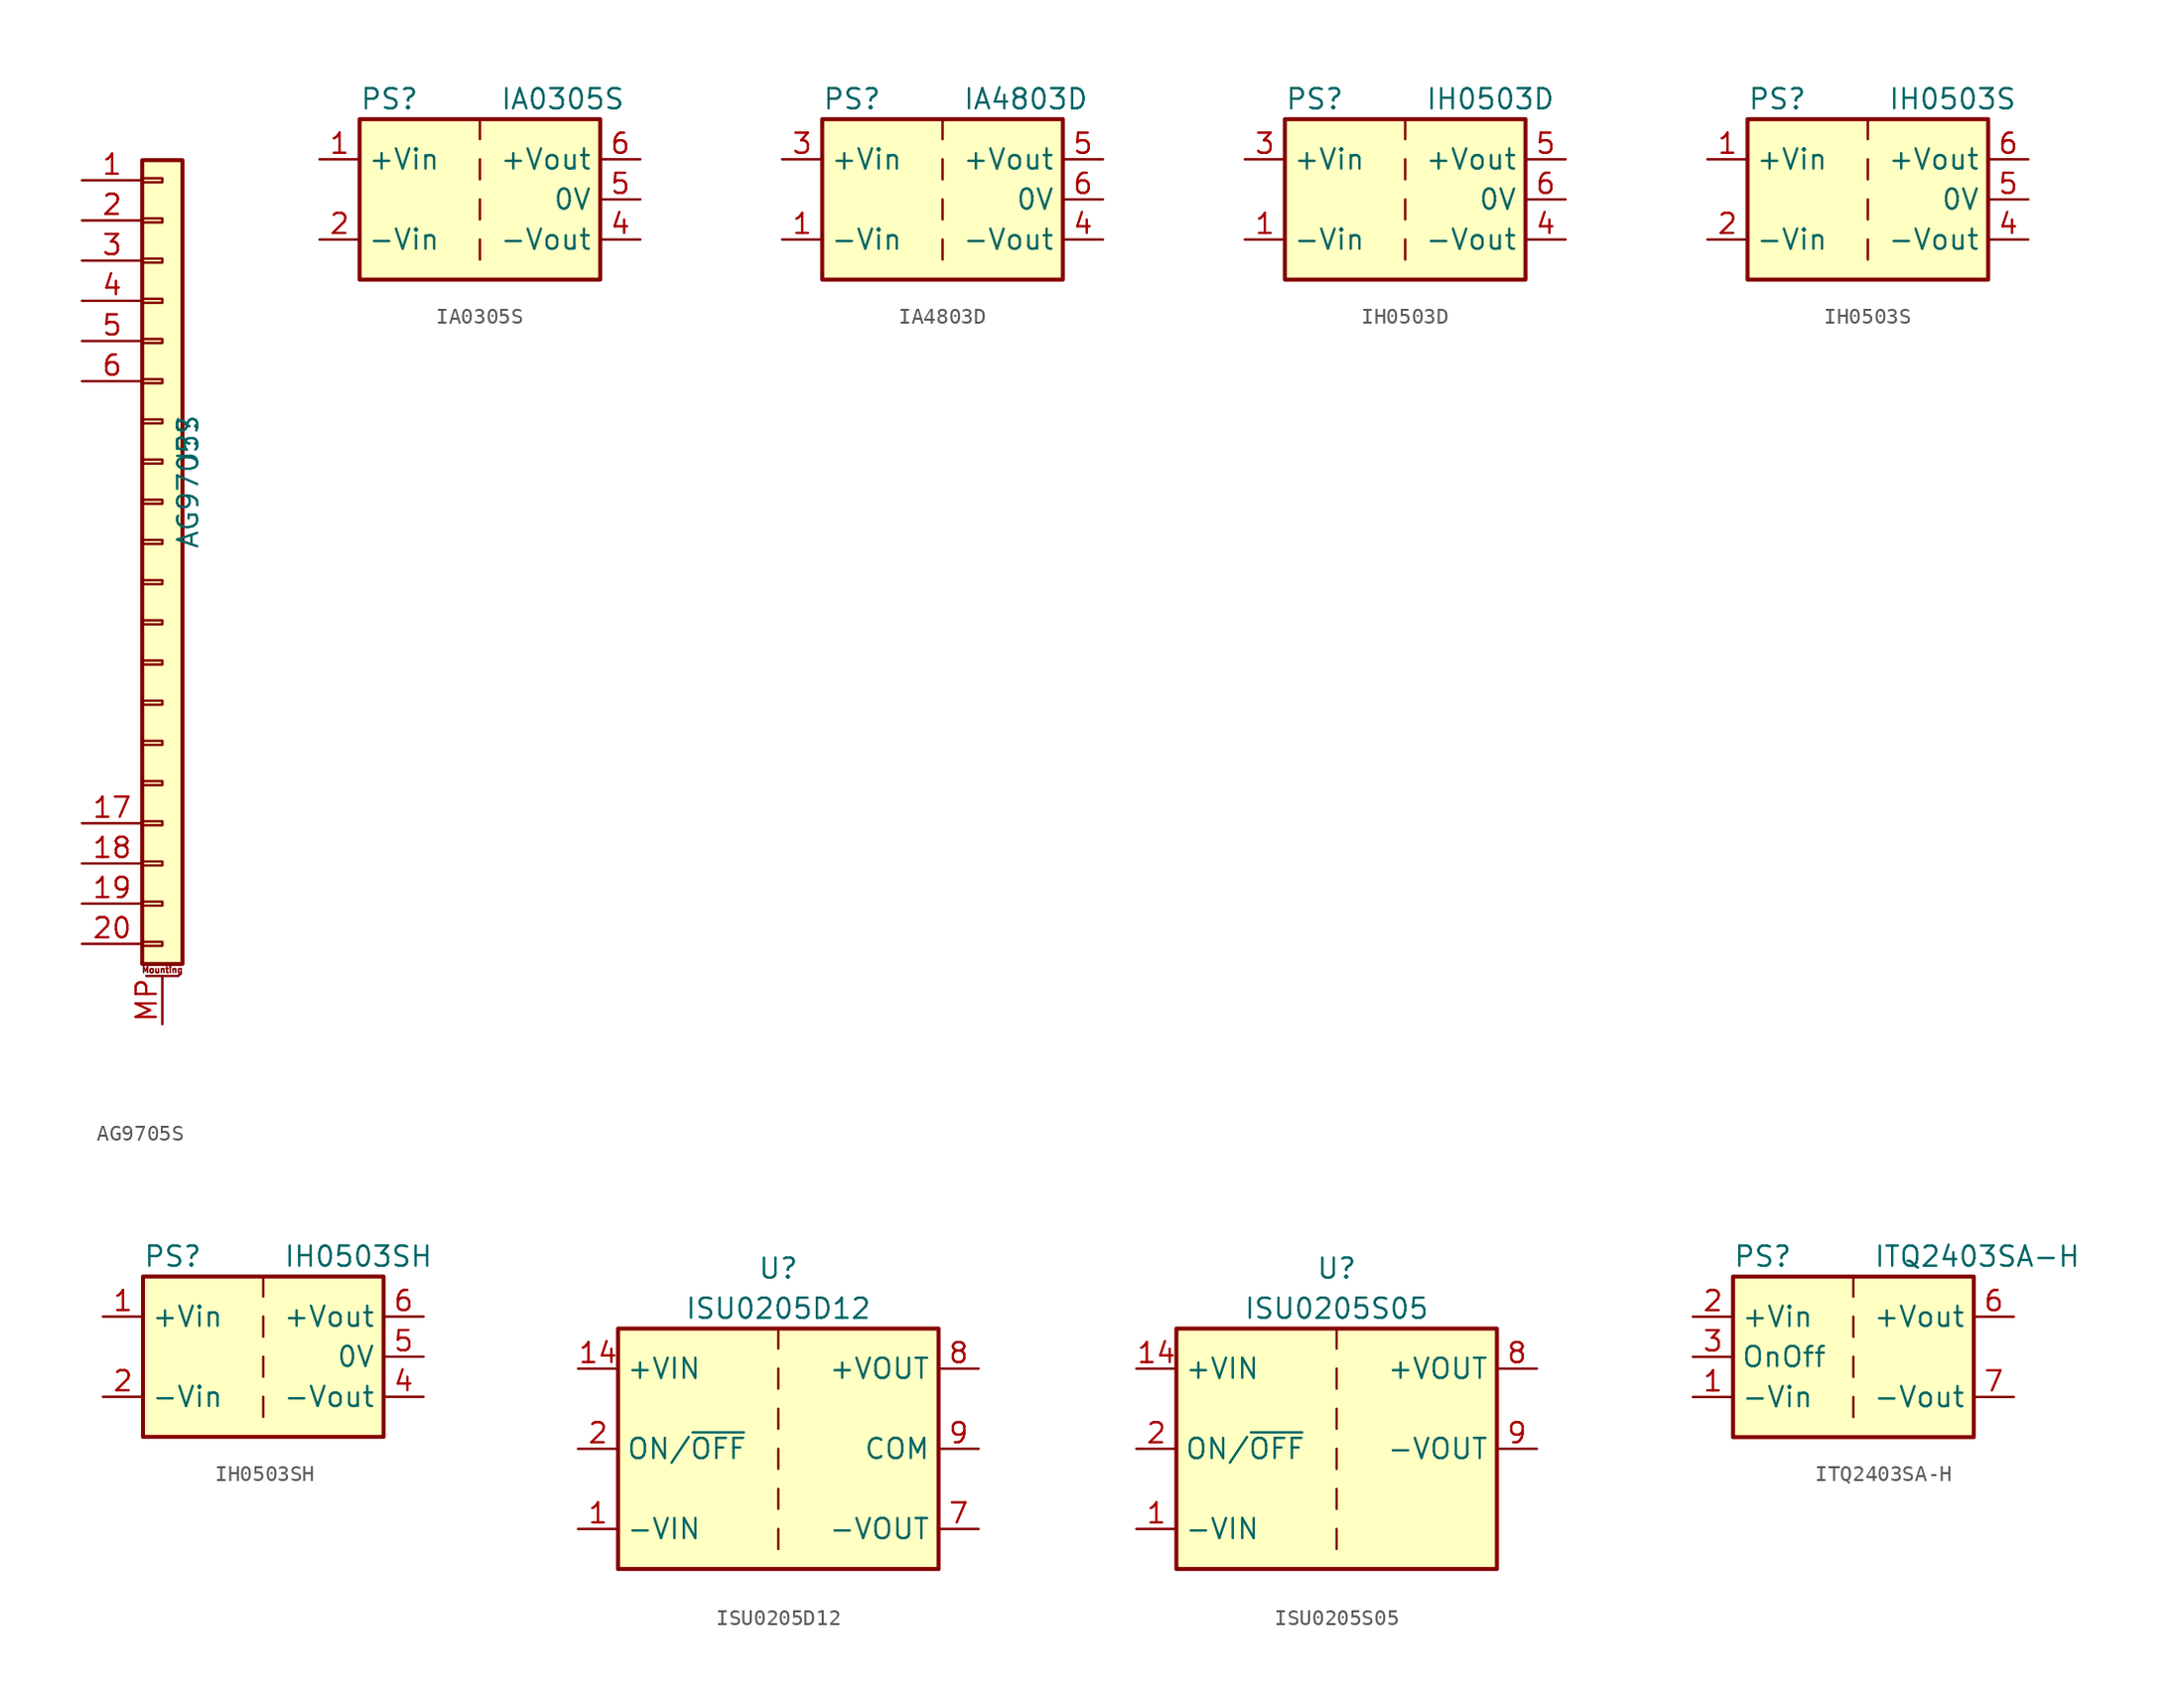
<source format=kicad_sym>
(kicad_symbol_lib
  (version 20211014)
  (generator kicad_symbol_editor)
  (symbol "AG9705S"
    (pin_names
      (offset 1.016) hide)
    (property "Reference" "J?"
      (at 1.626 6.35 90)
      (effects (font (size 1.27 1.27))))
    (property "Value" "AG9705S"
      (at 1.626 3.81 90)
      (effects (font (size 1.27 1.27))))
    (symbol "AG9705S_1_1"
      (rectangle (start -1.27 -25.273) (end 0 -25.527) (stroke (width 0.152) (type default) (color 0 0 0 0)) (fill (type none)))
      (rectangle (start -1.27 -22.733) (end 0 -22.987) (stroke (width 0.152) (type default) (color 0 0 0 0)) (fill (type none)))
      (rectangle (start -1.27 -20.193) (end 0 -20.447) (stroke (width 0.152) (type default) (color 0 0 0 0)) (fill (type none)))
      (rectangle (start -1.27 -17.653) (end 0 -17.907) (stroke (width 0.152) (type default) (color 0 0 0 0)) (fill (type none)))
      (rectangle (start -1.27 -15.113) (end 0 -15.367) (stroke (width 0.152) (type default) (color 0 0 0 0)) (fill (type none)))
      (rectangle (start -1.27 -12.573) (end 0 -12.827) (stroke (width 0.152) (type default) (color 0 0 0 0)) (fill (type none)))
      (rectangle (start -1.27 -10.033) (end 0 -10.287) (stroke (width 0.152) (type default) (color 0 0 0 0)) (fill (type none)))
      (rectangle (start -1.27 -7.493) (end 0 -7.747) (stroke (width 0.152) (type default) (color 0 0 0 0)) (fill (type none)))
      (rectangle (start -1.27 -4.953) (end 0 -5.207) (stroke (width 0.152) (type default) (color 0 0 0 0)) (fill (type none)))
      (rectangle (start -1.27 -2.413) (end 0 -2.667) (stroke (width 0.152) (type default) (color 0 0 0 0)) (fill (type none)))
      (rectangle (start -1.27 0.127) (end 0 -0.127) (stroke (width 0.152) (type default) (color 0 0 0 0)) (fill (type none)))
      (rectangle (start -1.27 2.667) (end 0 2.413) (stroke (width 0.152) (type default) (color 0 0 0 0)) (fill (type none)))
      (rectangle (start -1.27 5.207) (end 0 4.953) (stroke (width 0.152) (type default) (color 0 0 0 0)) (fill (type none)))
      (rectangle (start -1.27 7.747) (end 0 7.493) (stroke (width 0.152) (type default) (color 0 0 0 0)) (fill (type none)))
      (rectangle (start -1.27 10.287) (end 0 10.033) (stroke (width 0.152) (type default) (color 0 0 0 0)) (fill (type none)))
      (rectangle (start -1.27 12.827) (end 0 12.573) (stroke (width 0.152) (type default) (color 0 0 0 0)) (fill (type none)))
      (rectangle (start -1.27 15.367) (end 0 15.113) (stroke (width 0.152) (type default) (color 0 0 0 0)) (fill (type none)))
      (rectangle (start -1.27 17.907) (end 0 17.653) (stroke (width 0.152) (type default) (color 0 0 0 0)) (fill (type none)))
      (rectangle (start -1.27 20.447) (end 0 20.193) (stroke (width 0.152) (type default) (color 0 0 0 0)) (fill (type none)))
      (rectangle (start -1.27 22.987) (end 0 22.733) (stroke (width 0.152) (type default) (color 0 0 0 0)) (fill (type none)))
      (rectangle (start -1.27 24.13) (end 1.27 -26.67) (stroke (width 0.254) (type default) (color 0 0 0 0)) (fill (type background)))
      (polyline (pts (xy -1.016 -27.432) (xy 1.016 -27.432)) (stroke (width 0.152) (type default) (color 0 0 0 0)) (fill (type none)))
      (text "Mounting" (at 0 -27.051 0) (effects (font (size 0.381 0.381))))
      (pin input line (at -5.08 22.86 0) (length 3.81) (name "V+_In" (effects (font (size 1.27 1.27)))) (number "1" (effects (font (size 1.27 1.27)))))
      (pin passive line (at -5.08 -17.78 0) (length 3.81) (name "Pin_17" (effects (font (size 1.27 1.27)))) (number "17" (effects (font (size 1.27 1.27)))))
      (pin passive line (at -5.08 -20.32 0) (length 3.81) (name "Pin_18" (effects (font (size 1.27 1.27)))) (number "18" (effects (font (size 1.27 1.27)))))
      (pin passive line (at -5.08 -22.86 0) (length 3.81) (name "Pin_19" (effects (font (size 1.27 1.27)))) (number "19" (effects (font (size 1.27 1.27)))))
      (pin passive line (at -5.08 20.32 0) (length 3.81) (name "Pin_2" (effects (font (size 1.27 1.27)))) (number "2" (effects (font (size 1.27 1.27)))))
      (pin passive line (at -5.08 -25.4 0) (length 3.81) (name "Pin_20" (effects (font (size 1.27 1.27)))) (number "20" (effects (font (size 1.27 1.27)))))
      (pin passive line (at -5.08 17.78 0) (length 3.81) (name "Pin_3" (effects (font (size 1.27 1.27)))) (number "3" (effects (font (size 1.27 1.27)))))
      (pin passive line (at -5.08 15.24 0) (length 3.81) (name "Pin_4" (effects (font (size 1.27 1.27)))) (number "4" (effects (font (size 1.27 1.27)))))
      (pin passive line (at -5.08 12.7 0) (length 3.81) (name "Pin_5" (effects (font (size 1.27 1.27)))) (number "5" (effects (font (size 1.27 1.27)))))
      (pin passive line (at -5.08 10.16 0) (length 3.81) (name "Pin_6" (effects (font (size 1.27 1.27)))) (number "6" (effects (font (size 1.27 1.27)))))
      (pin passive line (at 0 -30.48 90) (length 3.048) (name "MountPin" (effects (font (size 1.27 1.27)))) (number "MP" (effects (font (size 1.27 1.27)))))))
  (symbol "IA0305S"
    (property "Reference" "PS"
      (at -7.62 6.35 0)
      (effects (font (size 1.27 1.27)) (justify left)))
    (property "Value" "IA0305S"
      (at 1.27 6.35 0)
      (effects (font (size 1.27 1.27)) (justify left)))
    (symbol "IA0305S_0_0"
      (pin power_in line (at -10.16 2.54 0) (length 2.54) (name "+Vin" (effects (font (size 1.27 1.27)))) (number "1" (effects (font (size 1.27 1.27)))))
      (pin power_in line (at -10.16 -2.54 0) (length 2.54) (name "-Vin" (effects (font (size 1.27 1.27)))) (number "2" (effects (font (size 1.27 1.27)))))
      (pin power_out line (at 10.16 -2.54 180) (length 2.54) (name "-Vout" (effects (font (size 1.27 1.27)))) (number "4" (effects (font (size 1.27 1.27)))))
      (pin power_out line (at 10.16 0 180) (length 2.54) (name "0V" (effects (font (size 1.27 1.27)))) (number "5" (effects (font (size 1.27 1.27)))))
      (pin power_out line (at 10.16 2.54 180) (length 2.54) (name "+Vout" (effects (font (size 1.27 1.27)))) (number "6" (effects (font (size 1.27 1.27))))))
    (symbol "IA0305S_0_1"
      (rectangle (start -7.62 5.08) (end 7.62 -5.08) (stroke (width 0.254) (type default) (color 0 0 0 0)) (fill (type background)))
      (polyline (pts (xy 0 -2.54) (xy 0 -3.81)) (stroke (width 0) (type default) (color 0 0 0 0)) (fill (type none)))
      (polyline (pts (xy 0 0) (xy 0 -1.27)) (stroke (width 0) (type default) (color 0 0 0 0)) (fill (type none)))
      (polyline (pts (xy 0 2.54) (xy 0 1.27)) (stroke (width 0) (type default) (color 0 0 0 0)) (fill (type none)))
      (polyline (pts (xy 0 5.08) (xy 0 3.81)) (stroke (width 0) (type default) (color 0 0 0 0)) (fill (type none)))))
  (symbol "IA4803D"
    (property "Reference" "PS"
      (at -7.62 6.35 0)
      (effects (font (size 1.27 1.27)) (justify left)))
    (property "Value" "IA4803D"
      (at 1.27 6.35 0)
      (effects (font (size 1.27 1.27)) (justify left)))
    (symbol "IA4803D_0_0"
      (pin power_in line (at -10.16 -2.54 0) (length 2.54) (name "-Vin" (effects (font (size 1.27 1.27)))) (number "1" (effects (font (size 1.27 1.27)))))
      (pin power_in line (at -10.16 2.54 0) (length 2.54) (name "+Vin" (effects (font (size 1.27 1.27)))) (number "3" (effects (font (size 1.27 1.27)))))
      (pin power_out line (at 10.16 -2.54 180) (length 2.54) (name "-Vout" (effects (font (size 1.27 1.27)))) (number "4" (effects (font (size 1.27 1.27)))))
      (pin power_out line (at 10.16 2.54 180) (length 2.54) (name "+Vout" (effects (font (size 1.27 1.27)))) (number "5" (effects (font (size 1.27 1.27)))))
      (pin power_out line (at 10.16 0 180) (length 2.54) (name "0V" (effects (font (size 1.27 1.27)))) (number "6" (effects (font (size 1.27 1.27))))))
    (symbol "IA4803D_0_1"
      (rectangle (start -7.62 5.08) (end 7.62 -5.08) (stroke (width 0.254) (type default) (color 0 0 0 0)) (fill (type background)))
      (polyline (pts (xy 0 -2.54) (xy 0 -3.81)) (stroke (width 0) (type default) (color 0 0 0 0)) (fill (type none)))
      (polyline (pts (xy 0 0) (xy 0 -1.27)) (stroke (width 0) (type default) (color 0 0 0 0)) (fill (type none)))
      (polyline (pts (xy 0 2.54) (xy 0 1.27)) (stroke (width 0) (type default) (color 0 0 0 0)) (fill (type none)))
      (polyline (pts (xy 0 5.08) (xy 0 3.81)) (stroke (width 0) (type default) (color 0 0 0 0)) (fill (type none))))
    (symbol "IA4803D_1_1"
      (pin no_connect line (at 0 -5.08 90) (length 2.54) hide (name "NC" (effects (font (size 1.27 1.27)))) (number "2" (effects (font (size 1.27 1.27)))))))
  (symbol "IH0503D"
    (property "Reference" "PS"
      (at -7.62 6.35 0)
      (effects (font (size 1.27 1.27)) (justify left)))
    (property "Value" "IH0503D"
      (at 1.27 6.35 0)
      (effects (font (size 1.27 1.27)) (justify left)))
    (symbol "IH0503D_0_0"
      (pin power_in line (at -10.16 -2.54 0) (length 2.54) (name "-Vin" (effects (font (size 1.27 1.27)))) (number "1" (effects (font (size 1.27 1.27)))))
      (pin power_in line (at -10.16 2.54 0) (length 2.54) (name "+Vin" (effects (font (size 1.27 1.27)))) (number "3" (effects (font (size 1.27 1.27)))))
      (pin power_out line (at 10.16 -2.54 180) (length 2.54) (name "-Vout" (effects (font (size 1.27 1.27)))) (number "4" (effects (font (size 1.27 1.27)))))
      (pin power_out line (at 10.16 2.54 180) (length 2.54) (name "+Vout" (effects (font (size 1.27 1.27)))) (number "5" (effects (font (size 1.27 1.27)))))
      (pin power_out line (at 10.16 0 180) (length 2.54) (name "0V" (effects (font (size 1.27 1.27)))) (number "6" (effects (font (size 1.27 1.27))))))
    (symbol "IH0503D_0_1"
      (rectangle (start -7.62 5.08) (end 7.62 -5.08) (stroke (width 0.254) (type default) (color 0 0 0 0)) (fill (type background)))
      (polyline (pts (xy 0 -2.54) (xy 0 -3.81)) (stroke (width 0) (type default) (color 0 0 0 0)) (fill (type none)))
      (polyline (pts (xy 0 0) (xy 0 -1.27)) (stroke (width 0) (type default) (color 0 0 0 0)) (fill (type none)))
      (polyline (pts (xy 0 2.54) (xy 0 1.27)) (stroke (width 0) (type default) (color 0 0 0 0)) (fill (type none)))
      (polyline (pts (xy 0 5.08) (xy 0 3.81)) (stroke (width 0) (type default) (color 0 0 0 0)) (fill (type none))))
    (symbol "IH0503D_1_1"
      (pin no_connect line (at 0 -5.08 90) (length 2.54) hide (name "NC" (effects (font (size 1.27 1.27)))) (number "2" (effects (font (size 1.27 1.27)))))))
  (symbol "IH0503S"
    (property "Reference" "PS"
      (at -7.62 6.35 0)
      (effects (font (size 1.27 1.27)) (justify left)))
    (property "Value" "IH0503S"
      (at 1.27 6.35 0)
      (effects (font (size 1.27 1.27)) (justify left)))
    (symbol "IH0503S_0_0"
      (pin power_in line (at -10.16 2.54 0) (length 2.54) (name "+Vin" (effects (font (size 1.27 1.27)))) (number "1" (effects (font (size 1.27 1.27)))))
      (pin power_in line (at -10.16 -2.54 0) (length 2.54) (name "-Vin" (effects (font (size 1.27 1.27)))) (number "2" (effects (font (size 1.27 1.27)))))
      (pin power_out line (at 10.16 -2.54 180) (length 2.54) (name "-Vout" (effects (font (size 1.27 1.27)))) (number "4" (effects (font (size 1.27 1.27)))))
      (pin power_out line (at 10.16 0 180) (length 2.54) (name "0V" (effects (font (size 1.27 1.27)))) (number "5" (effects (font (size 1.27 1.27)))))
      (pin power_out line (at 10.16 2.54 180) (length 2.54) (name "+Vout" (effects (font (size 1.27 1.27)))) (number "6" (effects (font (size 1.27 1.27))))))
    (symbol "IH0503S_0_1"
      (rectangle (start -7.62 5.08) (end 7.62 -5.08) (stroke (width 0.254) (type default) (color 0 0 0 0)) (fill (type background)))
      (polyline (pts (xy 0 -2.54) (xy 0 -3.81)) (stroke (width 0) (type default) (color 0 0 0 0)) (fill (type none)))
      (polyline (pts (xy 0 0) (xy 0 -1.27)) (stroke (width 0) (type default) (color 0 0 0 0)) (fill (type none)))
      (polyline (pts (xy 0 2.54) (xy 0 1.27)) (stroke (width 0) (type default) (color 0 0 0 0)) (fill (type none)))
      (polyline (pts (xy 0 5.08) (xy 0 3.81)) (stroke (width 0) (type default) (color 0 0 0 0)) (fill (type none)))))
  (symbol "IH0503SH"
    (property "Reference" "PS"
      (at -7.62 6.35 0)
      (effects (font (size 1.27 1.27)) (justify left)))
    (property "Value" "IH0503SH"
      (at 1.27 6.35 0)
      (effects (font (size 1.27 1.27)) (justify left)))
    (symbol "IH0503SH_0_0"
      (pin power_in line (at -10.16 2.54 0) (length 2.54) (name "+Vin" (effects (font (size 1.27 1.27)))) (number "1" (effects (font (size 1.27 1.27)))))
      (pin power_in line (at -10.16 -2.54 0) (length 2.54) (name "-Vin" (effects (font (size 1.27 1.27)))) (number "2" (effects (font (size 1.27 1.27)))))
      (pin power_out line (at 10.16 -2.54 180) (length 2.54) (name "-Vout" (effects (font (size 1.27 1.27)))) (number "4" (effects (font (size 1.27 1.27)))))
      (pin power_out line (at 10.16 0 180) (length 2.54) (name "0V" (effects (font (size 1.27 1.27)))) (number "5" (effects (font (size 1.27 1.27)))))
      (pin power_out line (at 10.16 2.54 180) (length 2.54) (name "+Vout" (effects (font (size 1.27 1.27)))) (number "6" (effects (font (size 1.27 1.27))))))
    (symbol "IH0503SH_0_1"
      (rectangle (start -7.62 5.08) (end 7.62 -5.08) (stroke (width 0.254) (type default) (color 0 0 0 0)) (fill (type background)))
      (polyline (pts (xy 0 -2.54) (xy 0 -3.81)) (stroke (width 0) (type default) (color 0 0 0 0)) (fill (type none)))
      (polyline (pts (xy 0 0) (xy 0 -1.27)) (stroke (width 0) (type default) (color 0 0 0 0)) (fill (type none)))
      (polyline (pts (xy 0 2.54) (xy 0 1.27)) (stroke (width 0) (type default) (color 0 0 0 0)) (fill (type none)))
      (polyline (pts (xy 0 5.08) (xy 0 3.81)) (stroke (width 0) (type default) (color 0 0 0 0)) (fill (type none)))))
  (symbol "ISU0205D12"
    (property "Reference" "U"
      (at 0 11.43 0)
      (effects (font (size 1.27 1.27))))
    (property "Value" "ISU0205D12"
      (at 0 8.89 0)
      (effects (font (size 1.27 1.27))))
    (symbol "ISU0205D12_0_1"
      (rectangle (start -10.16 7.62) (end 10.16 -7.62) (stroke (width 0.254) (type default) (color 0 0 0 0)) (fill (type background)))
      (polyline (pts (xy 0 -5.08) (xy 0 -6.35)) (stroke (width 0) (type default) (color 0 0 0 0)) (fill (type none)))
      (polyline (pts (xy 0 -2.54) (xy 0 -3.81)) (stroke (width 0) (type default) (color 0 0 0 0)) (fill (type none)))
      (polyline (pts (xy 0 0) (xy 0 -1.27)) (stroke (width 0) (type default) (color 0 0 0 0)) (fill (type none)))
      (polyline (pts (xy 0 2.54) (xy 0 1.27)) (stroke (width 0) (type default) (color 0 0 0 0)) (fill (type none)))
      (polyline (pts (xy 0 5.08) (xy 0 3.81)) (stroke (width 0) (type default) (color 0 0 0 0)) (fill (type none)))
      (polyline (pts (xy 0 7.62) (xy 0 6.35)) (stroke (width 0) (type default) (color 0 0 0 0)) (fill (type none))))
    (symbol "ISU0205D12_1_1"
      (pin power_in line (at -12.7 -5.08 0) (length 2.54) (name "-VIN" (effects (font (size 1.27 1.27)))) (number "1" (effects (font (size 1.27 1.27)))))
      (pin power_in line (at -12.7 5.08 0) (length 2.54) (name "+VIN" (effects (font (size 1.27 1.27)))) (number "14" (effects (font (size 1.27 1.27)))))
      (pin input line (at -12.7 0 0) (length 2.54) (name "ON/~{OFF}" (effects (font (size 1.27 1.27)))) (number "2" (effects (font (size 1.27 1.27)))))
      (pin passive line (at 12.7 0 180) (length 2.54) hide (name "COM" (effects (font (size 1.27 1.27)))) (number "6" (effects (font (size 1.27 1.27)))))
      (pin power_out line (at 12.7 -5.08 180) (length 2.54) (name "-VOUT" (effects (font (size 1.27 1.27)))) (number "7" (effects (font (size 1.27 1.27)))))
      (pin power_out line (at 12.7 5.08 180) (length 2.54) (name "+VOUT" (effects (font (size 1.27 1.27)))) (number "8" (effects (font (size 1.27 1.27)))))
      (pin power_out line (at 12.7 0 180) (length 2.54) (name "COM" (effects (font (size 1.27 1.27)))) (number "9" (effects (font (size 1.27 1.27)))))))
  (symbol "ISU0205S05"
    (property "Reference" "U"
      (at 0 11.43 0)
      (effects (font (size 1.27 1.27))))
    (property "Value" "ISU0205S05"
      (at 0 8.89 0)
      (effects (font (size 1.27 1.27))))
    (symbol "ISU0205S05_0_1"
      (rectangle (start -10.16 7.62) (end 10.16 -7.62) (stroke (width 0.254) (type default) (color 0 0 0 0)) (fill (type background)))
      (polyline (pts (xy 0 -5.08) (xy 0 -6.35)) (stroke (width 0) (type default) (color 0 0 0 0)) (fill (type none)))
      (polyline (pts (xy 0 -2.54) (xy 0 -3.81)) (stroke (width 0) (type default) (color 0 0 0 0)) (fill (type none)))
      (polyline (pts (xy 0 0) (xy 0 -1.27)) (stroke (width 0) (type default) (color 0 0 0 0)) (fill (type none)))
      (polyline (pts (xy 0 2.54) (xy 0 1.27)) (stroke (width 0) (type default) (color 0 0 0 0)) (fill (type none)))
      (polyline (pts (xy 0 5.08) (xy 0 3.81)) (stroke (width 0) (type default) (color 0 0 0 0)) (fill (type none)))
      (polyline (pts (xy 0 7.62) (xy 0 6.35)) (stroke (width 0) (type default) (color 0 0 0 0)) (fill (type none))))
    (symbol "ISU0205S05_1_1"
      (pin power_in line (at -12.7 -5.08 0) (length 2.54) (name "-VIN" (effects (font (size 1.27 1.27)))) (number "1" (effects (font (size 1.27 1.27)))))
      (pin power_in line (at -12.7 5.08 0) (length 2.54) (name "+VIN" (effects (font (size 1.27 1.27)))) (number "14" (effects (font (size 1.27 1.27)))))
      (pin input line (at -12.7 0 0) (length 2.54) (name "ON/~{OFF}" (effects (font (size 1.27 1.27)))) (number "2" (effects (font (size 1.27 1.27)))))
      (pin no_connect line (at 10.16 -2.54 180) (length 2.54) hide (name "NC" (effects (font (size 1.27 1.27)))) (number "6" (effects (font (size 1.27 1.27)))))
      (pin no_connect line (at 10.16 -5.08 180) (length 2.54) hide (name "NC" (effects (font (size 1.27 1.27)))) (number "7" (effects (font (size 1.27 1.27)))))
      (pin power_out line (at 12.7 5.08 180) (length 2.54) (name "+VOUT" (effects (font (size 1.27 1.27)))) (number "8" (effects (font (size 1.27 1.27)))))
      (pin power_out line (at 12.7 0 180) (length 2.54) (name "-VOUT" (effects (font (size 1.27 1.27)))) (number "9" (effects (font (size 1.27 1.27)))))))
  (symbol "ITQ2403SA-H"
    (property "Reference" "PS"
      (at -7.62 6.35 0)
      (effects (font (size 1.27 1.27)) (justify left)))
    (property "Value" "ITQ2403SA-H"
      (at 1.27 6.35 0)
      (effects (font (size 1.27 1.27)) (justify left)))
    (symbol "ITQ2403SA-H_0_0"
      (pin power_in line (at -10.16 -2.54 0) (length 2.54) (name "-Vin" (effects (font (size 1.27 1.27)))) (number "1" (effects (font (size 1.27 1.27)))))
      (pin power_in line (at -10.16 2.54 0) (length 2.54) (name "+Vin" (effects (font (size 1.27 1.27)))) (number "2" (effects (font (size 1.27 1.27)))))
      (pin input line (at -10.16 0 0) (length 2.54) (name "OnOff" (effects (font (size 1.27 1.27)))) (number "3" (effects (font (size 1.27 1.27)))))
      (pin power_out line (at 10.16 2.54 180) (length 2.54) (name "+Vout" (effects (font (size 1.27 1.27)))) (number "6" (effects (font (size 1.27 1.27)))))
      (pin power_out line (at 10.16 -2.54 180) (length 2.54) (name "-Vout" (effects (font (size 1.27 1.27)))) (number "7" (effects (font (size 1.27 1.27)))))
      (pin no_connect line (at 7.62 0 180) (length 2.54) hide (name "NC" (effects (font (size 1.27 1.27)))) (number "8" (effects (font (size 1.27 1.27))))))
    (symbol "ITQ2403SA-H_0_1"
      (rectangle (start -7.62 5.08) (end 7.62 -5.08) (stroke (width 0.254) (type default) (color 0 0 0 0)) (fill (type background)))
      (polyline (pts (xy 0 -2.54) (xy 0 -3.81)) (stroke (width 0) (type default) (color 0 0 0 0)) (fill (type none)))
      (polyline (pts (xy 0 0) (xy 0 -1.27)) (stroke (width 0) (type default) (color 0 0 0 0)) (fill (type none)))
      (polyline (pts (xy 0 2.54) (xy 0 1.27)) (stroke (width 0) (type default) (color 0 0 0 0)) (fill (type none)))
      (polyline (pts (xy 0 5.08) (xy 0 3.81)) (stroke (width 0) (type default) (color 0 0 0 0)) (fill (type none))))))
</source>
